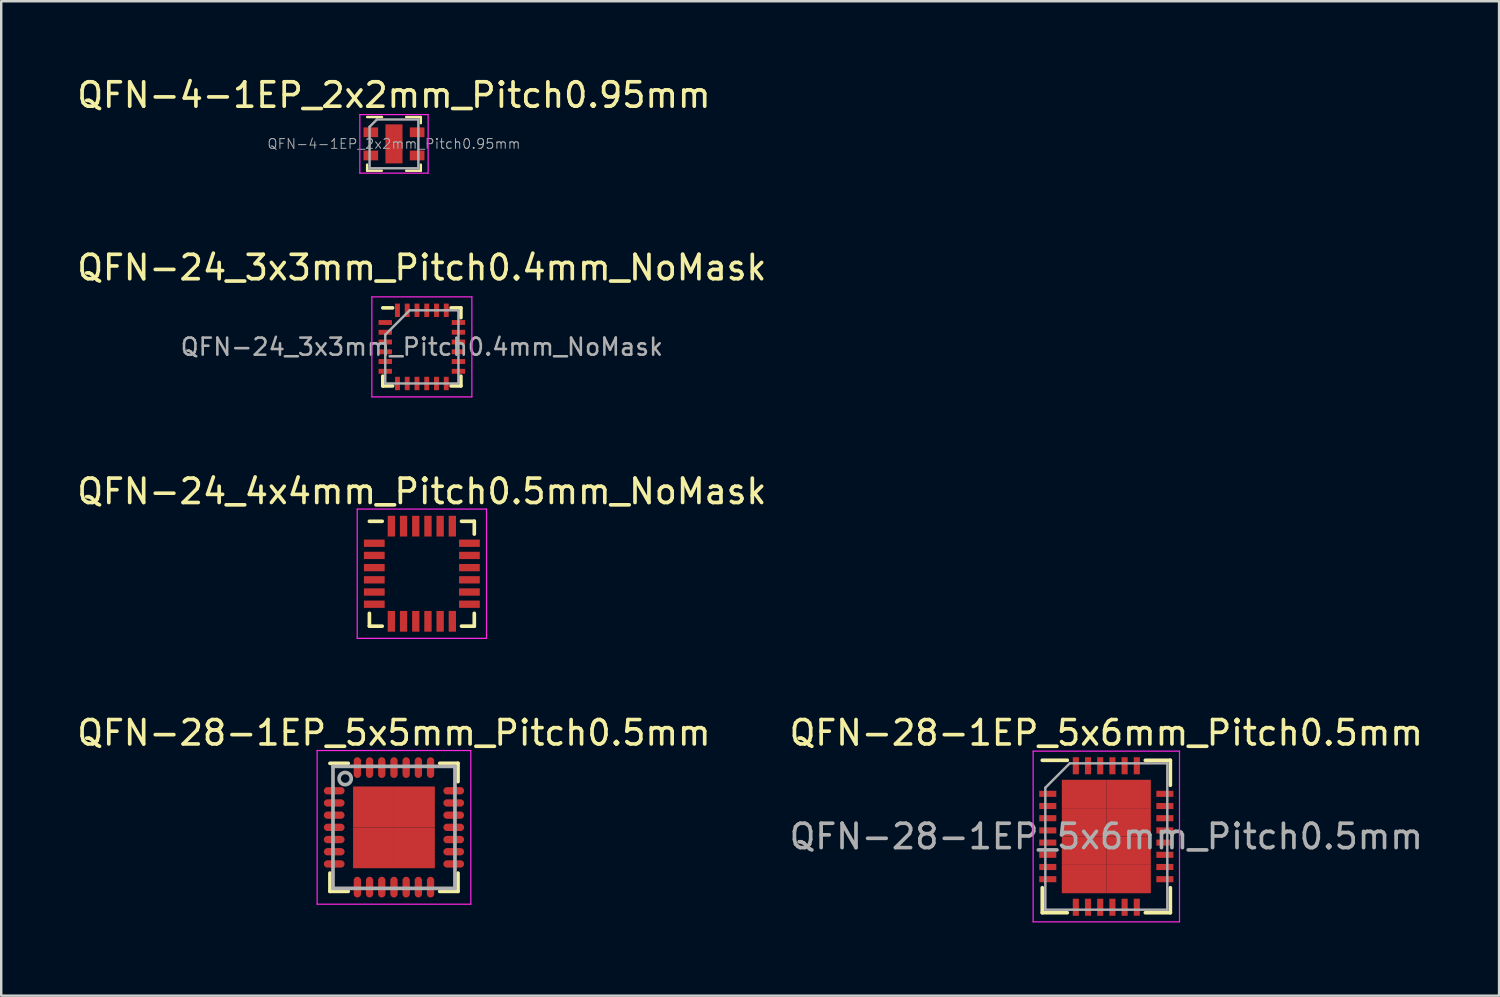
<source format=kicad_pcb>
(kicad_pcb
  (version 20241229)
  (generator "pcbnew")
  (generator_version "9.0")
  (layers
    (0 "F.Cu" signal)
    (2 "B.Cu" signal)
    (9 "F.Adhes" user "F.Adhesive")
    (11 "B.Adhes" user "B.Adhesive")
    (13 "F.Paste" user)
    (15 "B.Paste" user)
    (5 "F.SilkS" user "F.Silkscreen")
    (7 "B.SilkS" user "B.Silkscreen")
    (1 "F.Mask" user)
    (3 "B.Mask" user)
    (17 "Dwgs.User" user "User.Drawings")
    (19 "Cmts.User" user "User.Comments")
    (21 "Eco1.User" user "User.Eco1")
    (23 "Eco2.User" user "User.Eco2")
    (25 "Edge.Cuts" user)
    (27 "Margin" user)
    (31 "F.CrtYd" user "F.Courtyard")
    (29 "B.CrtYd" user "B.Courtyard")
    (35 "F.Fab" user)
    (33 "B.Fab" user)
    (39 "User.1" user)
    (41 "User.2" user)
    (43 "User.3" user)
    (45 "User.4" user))
  (footprint "QFN-24_3x3mm_Pitch0.4mm_NoMask"
    (layer "F.Cu")
    (at 14.244 11.171)
    (property "Reference" "QFN-24_3x3mm_Pitch0.4mm_NoMask" (at 0 -3.25 0) (layer "F.SilkS") (effects (font (size 1 1) (thickness 0.15))))
    (attr smd)
    (fp_line (start -1.6 -1.6) (end -1.2 -1.6) (stroke (width 0.15) (type solid)) (layer "F.SilkS"))
    (fp_line (start -1.6 1.6) (end -1.6 1.2) (stroke (width 0.15) (type solid)) (layer "F.SilkS"))
    (fp_line (start -1.6 1.6) (end -1.2 1.6) (stroke (width 0.15) (type solid)) (layer "F.SilkS"))
    (fp_line (start 1.6 -1.6) (end 1.2 -1.6) (stroke (width 0.15) (type solid)) (layer "F.SilkS"))
    (fp_line (start 1.6 -1.6) (end 1.6 -1.2) (stroke (width 0.15) (type solid)) (layer "F.SilkS"))
    (fp_line (start 1.6 1.6) (end 1.2 1.6) (stroke (width 0.15) (type solid)) (layer "F.SilkS"))
    (fp_line (start 1.6 1.6) (end 1.6 1.2) (stroke (width 0.15) (type solid)) (layer "F.SilkS"))
    (fp_line (start -2.05 -2.05) (end 2.05 -2.05) (stroke (width 0.05) (type solid)) (layer "F.CrtYd"))
    (fp_line (start -2.05 2.05) (end -2.05 -2.05) (stroke (width 0.05) (type solid)) (layer "F.CrtYd"))
    (fp_line (start 2.05 -2.05) (end 2.05 2.05) (stroke (width 0.05) (type solid)) (layer "F.CrtYd"))
    (fp_line (start 2.05 2.05) (end -2.05 2.05) (stroke (width 0.05) (type solid)) (layer "F.CrtYd"))
    (fp_line (start -1.5 -0.5) (end -0.5 -1.5) (stroke (width 0.1) (type solid)) (layer "F.Fab"))
    (fp_line (start -1.5 1.5) (end -1.5 -0.5) (stroke (width 0.1) (type solid)) (layer "F.Fab"))
    (fp_line (start -0.5 -1.5) (end 1.5 -1.5) (stroke (width 0.1) (type solid)) (layer "F.Fab"))
    (fp_line (start 1.5 -1.5) (end 1.5 1.5) (stroke (width 0.1) (type solid)) (layer "F.Fab"))
    (fp_line (start 1.5 1.5) (end -1.5 1.5) (stroke (width 0.1) (type solid)) (layer "F.Fab"))
    (fp_text user "${REFERENCE}" (at 0 0 0) (layer "F.Fab") (effects (font (size 0.7 0.7) (thickness 0.105))))
    (pad "" smd rect (at 0 0) (size 1.75 1.75) (layers "F.Mask"))
    (pad "1" smd rect (at -1.5 -1) (size 0.55 0.2) (layers "F.Cu" "F.Mask" "F.Paste"))
    (pad "2" smd rect (at -1.5 -0.6) (size 0.55 0.2) (layers "F.Cu" "F.Mask" "F.Paste"))
    (pad "3" smd rect (at -1.5 -0.2) (size 0.55 0.2) (layers "F.Cu" "F.Mask" "F.Paste"))
    (pad "4" smd rect (at -1.5 0.2) (size 0.55 0.2) (layers "F.Cu" "F.Mask" "F.Paste"))
    (pad "5" smd rect (at -1.5 0.6) (size 0.55 0.2) (layers "F.Cu" "F.Mask" "F.Paste"))
    (pad "6" smd rect (at -1.5 1) (size 0.55 0.2) (layers "F.Cu" "F.Mask" "F.Paste"))
    (pad "7" smd rect (at -1 1.5 90) (size 0.55 0.2) (layers "F.Cu" "F.Mask" "F.Paste"))
    (pad "8" smd rect (at -0.6 1.5 90) (size 0.55 0.2) (layers "F.Cu" "F.Mask" "F.Paste"))
    (pad "9" smd rect (at -0.2 1.5 90) (size 0.55 0.2) (layers "F.Cu" "F.Mask" "F.Paste"))
    (pad "10" smd rect (at 0.2 1.5 90) (size 0.55 0.2) (layers "F.Cu" "F.Mask" "F.Paste"))
    (pad "11" smd rect (at 0.6 1.5 90) (size 0.55 0.2) (layers "F.Cu" "F.Mask" "F.Paste"))
    (pad "12" smd rect (at 1 1.5 90) (size 0.55 0.2) (layers "F.Cu" "F.Mask" "F.Paste"))
    (pad "13" smd rect (at 1.5 1) (size 0.55 0.2) (layers "F.Cu" "F.Mask" "F.Paste"))
    (pad "14" smd rect (at 1.5 0.6) (size 0.55 0.2) (layers "F.Cu" "F.Mask" "F.Paste"))
    (pad "15" smd rect (at 1.5 0.2) (size 0.55 0.2) (layers "F.Cu" "F.Mask" "F.Paste"))
    (pad "16" smd rect (at 1.5 -0.2) (size 0.55 0.2) (layers "F.Cu" "F.Mask" "F.Paste"))
    (pad "17" smd rect (at 1.5 -0.6) (size 0.55 0.2) (layers "F.Cu" "F.Mask" "F.Paste"))
    (pad "18" smd rect (at 1.5 -1) (size 0.55 0.2) (layers "F.Cu" "F.Mask" "F.Paste"))
    (pad "19" smd rect (at 1 -1.5 90) (size 0.55 0.2) (layers "F.Cu" "F.Mask" "F.Paste"))
    (pad "20" smd rect (at 0.6 -1.5 90) (size 0.55 0.2) (layers "F.Cu" "F.Mask" "F.Paste"))
    (pad "21" smd rect (at 0.2 -1.5 90) (size 0.55 0.2) (layers "F.Cu" "F.Mask" "F.Paste"))
    (pad "22" smd rect (at -0.2 -1.5 90) (size 0.55 0.2) (layers "F.Cu" "F.Mask" "F.Paste"))
    (pad "23" smd rect (at -0.6 -1.5 90) (size 0.55 0.2) (layers "F.Cu" "F.Mask" "F.Paste"))
    (pad "24" smd rect (at -1 -1.5 90) (size 0.55 0.2) (layers "F.Cu" "F.Mask" "F.Paste")))
  (footprint "QFN-4-1EP_2x2mm_Pitch0.95mm"
    (layer "F.Cu")
    (at 13.101 2.848)
    (property "Reference" "QFN-4-1EP_2x2mm_Pitch0.95mm" (at 0 -2 0) (layer "F.SilkS") (effects (font (size 1 1) (thickness 0.15))))
    (attr smd)
    (fp_line (start -1.1 1.1) (end -1.1 0.85) (stroke (width 0.1) (type solid)) (layer "F.SilkS"))
    (fp_line (start -1.1 1.1) (end -0.5 1.1) (stroke (width 0.1) (type solid)) (layer "F.SilkS"))
    (fp_line (start -0.49 -1.1) (end -1.1 -1.1) (stroke (width 0.1) (type solid)) (layer "F.SilkS"))
    (fp_line (start 1.1 -1.1) (end 0.5 -1.1) (stroke (width 0.1) (type solid)) (layer "F.SilkS"))
    (fp_line (start 1.1 -1.1) (end 1.1 -0.85) (stroke (width 0.1) (type solid)) (layer "F.SilkS"))
    (fp_line (start 1.1 1.1) (end 0.5 1.1) (stroke (width 0.1) (type solid)) (layer "F.SilkS"))
    (fp_line (start 1.1 1.1) (end 1.1 0.85) (stroke (width 0.1) (type solid)) (layer "F.SilkS"))
    (fp_line (start -1.4 -1.2) (end 1.4 -1.2) (stroke (width 0.05) (type solid)) (layer "F.CrtYd"))
    (fp_line (start -1.4 1.2) (end -1.4 -1.2) (stroke (width 0.05) (type solid)) (layer "F.CrtYd"))
    (fp_line (start 1.4 -1.2) (end 1.4 1.2) (stroke (width 0.05) (type solid)) (layer "F.CrtYd"))
    (fp_line (start 1.4 1.2) (end -1.4 1.2) (stroke (width 0.05) (type solid)) (layer "F.CrtYd"))
    (fp_line (start -1 -0.7) (end -0.7 -1) (stroke (width 0.1) (type solid)) (layer "F.Fab"))
    (fp_line (start -1 1) (end -1 -0.7) (stroke (width 0.1) (type solid)) (layer "F.Fab"))
    (fp_line (start -0.7 -1) (end 1 -1) (stroke (width 0.1) (type solid)) (layer "F.Fab"))
    (fp_line (start 1 -1) (end 1 1) (stroke (width 0.1) (type solid)) (layer "F.Fab"))
    (fp_line (start 1 1) (end -1 1) (stroke (width 0.1) (type solid)) (layer "F.Fab"))
    (fp_text user "${REFERENCE}" (at 0 0 0) (layer "F.Fab") (effects (font (size 0.4 0.4) (thickness 0.04))))
    (pad "1" smd rect (at -0.95 -0.475) (size 0.6 0.4) (layers "F.Cu" "F.Mask" "F.Paste"))
    (pad "2" smd rect (at -0.95 0.475) (size 0.6 0.4) (layers "F.Cu" "F.Mask" "F.Paste"))
    (pad "3" smd rect (at 0.95 -0.475) (size 0.6 0.4) (layers "F.Cu" "F.Mask" "F.Paste"))
    (pad "4" smd rect (at 0.95 0.475) (size 0.6 0.4) (layers "F.Cu" "F.Mask" "F.Paste"))
    (pad "5" smd rect (at -0.175 -0.4) (size 0.35 0.8) (layers "F.Cu" "F.Mask" "F.Paste"))
    (pad "5" smd rect (at -0.175 0.4) (size 0.35 0.8) (layers "F.Cu" "F.Mask" "F.Paste"))
    (pad "5" smd rect (at 0.175 -0.4) (size 0.35 0.8) (layers "F.Cu" "F.Mask" "F.Paste"))
    (pad "5" smd rect (at 0.175 0.4) (size 0.35 0.8) (layers "F.Cu" "F.Mask" "F.Paste")))
  (footprint "QFN-24_4x4mm_Pitch0.5mm_NoMask"
    (layer "F.Cu")
    (at 14.244 20.47)
    (property "Reference" "QFN-24_4x4mm_Pitch0.5mm_NoMask" (at 0 -3.375 0) (layer "F.SilkS") (effects (font (size 1 1) (thickness 0.15))))
    (attr smd)
    (fp_line (start -2.15 -2.15) (end -1.625 -2.15) (stroke (width 0.15) (type solid)) (layer "F.SilkS"))
    (fp_line (start -2.15 2.15) (end -2.15 1.625) (stroke (width 0.15) (type solid)) (layer "F.SilkS"))
    (fp_line (start -2.15 2.15) (end -1.625 2.15) (stroke (width 0.15) (type solid)) (layer "F.SilkS"))
    (fp_line (start 2.15 -2.15) (end 1.625 -2.15) (stroke (width 0.15) (type solid)) (layer "F.SilkS"))
    (fp_line (start 2.15 -2.15) (end 2.15 -1.625) (stroke (width 0.15) (type solid)) (layer "F.SilkS"))
    (fp_line (start 2.15 2.15) (end 1.625 2.15) (stroke (width 0.15) (type solid)) (layer "F.SilkS"))
    (fp_line (start 2.15 2.15) (end 2.15 1.625) (stroke (width 0.15) (type solid)) (layer "F.SilkS"))
    (fp_line (start -2.65 -2.65) (end -2.65 2.65) (stroke (width 0.05) (type solid)) (layer "F.CrtYd"))
    (fp_line (start -2.65 -2.65) (end 2.65 -2.65) (stroke (width 0.05) (type solid)) (layer "F.CrtYd"))
    (fp_line (start -2.65 2.65) (end 2.65 2.65) (stroke (width 0.05) (type solid)) (layer "F.CrtYd"))
    (fp_line (start 2.65 -2.65) (end 2.65 2.65) (stroke (width 0.05) (type solid)) (layer "F.CrtYd"))
    (pad "" smd rect (at 0 0) (size 2.6 2.6) (layers "F.Mask"))
    (pad "1" smd rect (at -1.95 -1.25) (size 0.85 0.3) (layers "F.Cu" "F.Mask" "F.Paste"))
    (pad "2" smd rect (at -1.95 -0.75) (size 0.85 0.3) (layers "F.Cu" "F.Mask" "F.Paste"))
    (pad "3" smd rect (at -1.95 -0.25) (size 0.85 0.3) (layers "F.Cu" "F.Mask" "F.Paste"))
    (pad "4" smd rect (at -1.95 0.25) (size 0.85 0.3) (layers "F.Cu" "F.Mask" "F.Paste"))
    (pad "5" smd rect (at -1.95 0.75) (size 0.85 0.3) (layers "F.Cu" "F.Mask" "F.Paste"))
    (pad "6" smd rect (at -1.95 1.25) (size 0.85 0.3) (layers "F.Cu" "F.Mask" "F.Paste"))
    (pad "7" smd rect (at -1.25 1.95 90) (size 0.85 0.3) (layers "F.Cu" "F.Mask" "F.Paste"))
    (pad "8" smd rect (at -0.75 1.95 90) (size 0.85 0.3) (layers "F.Cu" "F.Mask" "F.Paste"))
    (pad "9" smd rect (at -0.25 1.95 90) (size 0.85 0.3) (layers "F.Cu" "F.Mask" "F.Paste"))
    (pad "10" smd rect (at 0.25 1.95 90) (size 0.85 0.3) (layers "F.Cu" "F.Mask" "F.Paste"))
    (pad "11" smd rect (at 0.75 1.95 90) (size 0.85 0.3) (layers "F.Cu" "F.Mask" "F.Paste"))
    (pad "12" smd rect (at 1.25 1.95 90) (size 0.85 0.3) (layers "F.Cu" "F.Mask" "F.Paste"))
    (pad "13" smd rect (at 1.95 1.25) (size 0.85 0.3) (layers "F.Cu" "F.Mask" "F.Paste"))
    (pad "14" smd rect (at 1.95 0.75) (size 0.85 0.3) (layers "F.Cu" "F.Mask" "F.Paste"))
    (pad "15" smd rect (at 1.95 0.25) (size 0.85 0.3) (layers "F.Cu" "F.Mask" "F.Paste"))
    (pad "16" smd rect (at 1.95 -0.25) (size 0.85 0.3) (layers "F.Cu" "F.Mask" "F.Paste"))
    (pad "17" smd rect (at 1.95 -0.75) (size 0.85 0.3) (layers "F.Cu" "F.Mask" "F.Paste"))
    (pad "18" smd rect (at 1.95 -1.25) (size 0.85 0.3) (layers "F.Cu" "F.Mask" "F.Paste"))
    (pad "19" smd rect (at 1.25 -1.95 90) (size 0.85 0.3) (layers "F.Cu" "F.Mask" "F.Paste"))
    (pad "20" smd rect (at 0.75 -1.95 90) (size 0.85 0.3) (layers "F.Cu" "F.Mask" "F.Paste"))
    (pad "21" smd rect (at 0.25 -1.95 90) (size 0.85 0.3) (layers "F.Cu" "F.Mask" "F.Paste"))
    (pad "22" smd rect (at -0.25 -1.95 90) (size 0.85 0.3) (layers "F.Cu" "F.Mask" "F.Paste"))
    (pad "23" smd rect (at -0.75 -1.95 90) (size 0.85 0.3) (layers "F.Cu" "F.Mask" "F.Paste"))
    (pad "24" smd rect (at -1.25 -1.95 90) (size 0.85 0.3) (layers "F.Cu" "F.Mask" "F.Paste")))
  (footprint "QFN-28-1EP_5x6mm_Pitch0.5mm"
    (layer "F.Cu")
    (at 42.304 31.243)
    (property "Reference" "QFN-28-1EP_5x6mm_Pitch0.5mm" (at 0 -4.25 0) (layer "F.SilkS") (effects (font (size 1 1) (thickness 0.15))))
    (attr smd)
    (fp_line (start -2.625 -3.125) (end -1.6 -3.125) (stroke (width 0.15) (type solid)) (layer "F.SilkS"))
    (fp_line (start -2.625 3.125) (end -2.625 2.1) (stroke (width 0.15) (type solid)) (layer "F.SilkS"))
    (fp_line (start -2.625 3.125) (end -1.6 3.125) (stroke (width 0.15) (type solid)) (layer "F.SilkS"))
    (fp_line (start 2.625 -3.125) (end 1.6 -3.125) (stroke (width 0.15) (type solid)) (layer "F.SilkS"))
    (fp_line (start 2.625 -3.125) (end 2.625 -2.1) (stroke (width 0.15) (type solid)) (layer "F.SilkS"))
    (fp_line (start 2.625 3.125) (end 1.6 3.125) (stroke (width 0.15) (type solid)) (layer "F.SilkS"))
    (fp_line (start 2.625 3.125) (end 2.625 2.1) (stroke (width 0.15) (type solid)) (layer "F.SilkS"))
    (fp_line (start -3 -3.5) (end -3 3.5) (stroke (width 0.05) (type solid)) (layer "F.CrtYd"))
    (fp_line (start -3 -3.5) (end 3 -3.5) (stroke (width 0.05) (type solid)) (layer "F.CrtYd"))
    (fp_line (start -3 3.5) (end 3 3.5) (stroke (width 0.05) (type solid)) (layer "F.CrtYd"))
    (fp_line (start 3 -3.5) (end 3 3.5) (stroke (width 0.05) (type solid)) (layer "F.CrtYd"))
    (fp_line (start -2.5 -2) (end -1.5 -3) (stroke (width 0.1) (type solid)) (layer "F.Fab"))
    (fp_line (start -2.5 3) (end -2.5 -2) (stroke (width 0.1) (type solid)) (layer "F.Fab"))
    (fp_line (start -1.5 -3) (end 2.5 -3) (stroke (width 0.1) (type solid)) (layer "F.Fab"))
    (fp_line (start 2.5 -3) (end 2.5 3) (stroke (width 0.1) (type solid)) (layer "F.Fab"))
    (fp_line (start 2.5 3) (end -2.5 3) (stroke (width 0.1) (type solid)) (layer "F.Fab"))
    (fp_text user "${REFERENCE}" (at 0 0 0) (layer "F.Fab") (effects (font (size 1 1) (thickness 0.15))))
    (pad "1" smd rect (at -2.4 -1.75) (size 0.7 0.25) (layers "F.Cu" "F.Mask" "F.Paste"))
    (pad "2" smd rect (at -2.4 -1.25) (size 0.7 0.25) (layers "F.Cu" "F.Mask" "F.Paste"))
    (pad "3" smd rect (at -2.4 -0.75) (size 0.7 0.25) (layers "F.Cu" "F.Mask" "F.Paste"))
    (pad "4" smd rect (at -2.4 -0.25) (size 0.7 0.25) (layers "F.Cu" "F.Mask" "F.Paste"))
    (pad "5" smd rect (at -2.4 0.25) (size 0.7 0.25) (layers "F.Cu" "F.Mask" "F.Paste"))
    (pad "6" smd rect (at -2.4 0.75) (size 0.7 0.25) (layers "F.Cu" "F.Mask" "F.Paste"))
    (pad "7" smd rect (at -2.4 1.25) (size 0.7 0.25) (layers "F.Cu" "F.Mask" "F.Paste"))
    (pad "8" smd rect (at -2.4 1.75) (size 0.7 0.25) (layers "F.Cu" "F.Mask" "F.Paste"))
    (pad "9" smd rect (at -1.25 2.9 90) (size 0.7 0.25) (layers "F.Cu" "F.Mask" "F.Paste"))
    (pad "10" smd rect (at -0.75 2.9 90) (size 0.7 0.25) (layers "F.Cu" "F.Mask" "F.Paste"))
    (pad "11" smd rect (at -0.25 2.9 90) (size 0.7 0.25) (layers "F.Cu" "F.Mask" "F.Paste"))
    (pad "12" smd rect (at 0.25 2.9 90) (size 0.7 0.25) (layers "F.Cu" "F.Mask" "F.Paste"))
    (pad "13" smd rect (at 0.75 2.9 90) (size 0.7 0.25) (layers "F.Cu" "F.Mask" "F.Paste"))
    (pad "14" smd rect (at 1.25 2.9 90) (size 0.7 0.25) (layers "F.Cu" "F.Mask" "F.Paste"))
    (pad "15" smd rect (at 2.4 1.75) (size 0.7 0.25) (layers "F.Cu" "F.Mask" "F.Paste"))
    (pad "16" smd rect (at 2.4 1.25) (size 0.7 0.25) (layers "F.Cu" "F.Mask" "F.Paste"))
    (pad "17" smd rect (at 2.4 0.75) (size 0.7 0.25) (layers "F.Cu" "F.Mask" "F.Paste"))
    (pad "18" smd rect (at 2.4 0.25) (size 0.7 0.25) (layers "F.Cu" "F.Mask" "F.Paste"))
    (pad "19" smd rect (at 2.4 -0.25) (size 0.7 0.25) (layers "F.Cu" "F.Mask" "F.Paste"))
    (pad "20" smd rect (at 2.4 -0.75) (size 0.7 0.25) (layers "F.Cu" "F.Mask" "F.Paste"))
    (pad "21" smd rect (at 2.4 -1.25) (size 0.7 0.25) (layers "F.Cu" "F.Mask" "F.Paste"))
    (pad "22" smd rect (at 2.4 -1.75) (size 0.7 0.25) (layers "F.Cu" "F.Mask" "F.Paste"))
    (pad "23" smd rect (at 1.25 -2.9 90) (size 0.7 0.25) (layers "F.Cu" "F.Mask" "F.Paste"))
    (pad "24" smd rect (at 0.75 -2.9 90) (size 0.7 0.25) (layers "F.Cu" "F.Mask" "F.Paste"))
    (pad "25" smd rect (at 0.25 -2.9 90) (size 0.7 0.25) (layers "F.Cu" "F.Mask" "F.Paste"))
    (pad "26" smd rect (at -0.25 -2.9 90) (size 0.7 0.25) (layers "F.Cu" "F.Mask" "F.Paste"))
    (pad "27" smd rect (at -0.75 -2.9 90) (size 0.7 0.25) (layers "F.Cu" "F.Mask" "F.Paste"))
    (pad "28" smd rect (at -1.25 -2.9 90) (size 0.7 0.25) (layers "F.Cu" "F.Mask" "F.Paste"))
    (pad "29" smd rect (at -0.912 -1.744) (size 1.825 1.163) (layers "F.Cu" "F.Mask" "F.Paste"))
    (pad "29" smd rect (at -0.912 -0.581) (size 1.825 1.163) (layers "F.Cu" "F.Mask" "F.Paste"))
    (pad "29" smd rect (at -0.912 0.581) (size 1.825 1.163) (layers "F.Cu" "F.Mask" "F.Paste"))
    (pad "29" smd rect (at -0.912 1.744) (size 1.825 1.163) (layers "F.Cu" "F.Mask" "F.Paste"))
    (pad "29" smd rect (at 0.912 -1.744) (size 1.825 1.163) (layers "F.Cu" "F.Mask" "F.Paste"))
    (pad "29" smd rect (at 0.912 -0.581) (size 1.825 1.163) (layers "F.Cu" "F.Mask" "F.Paste"))
    (pad "29" smd rect (at 0.912 0.581) (size 1.825 1.163) (layers "F.Cu" "F.Mask" "F.Paste"))
    (pad "29" smd rect (at 0.912 1.744) (size 1.825 1.163) (layers "F.Cu" "F.Mask" "F.Paste")))
  (footprint "QFN-28-1EP_5x5mm_Pitch0.5mm"
    (layer "F.Cu")
    (at 13.101 30.868)
    (property "Reference" "QFN-28-1EP_5x5mm_Pitch0.5mm" (at 0 -3.875 0) (layer "F.SilkS") (effects (font (size 1 1) (thickness 0.15))))
    (attr smd)
    (fp_line (start -2.625 -2.625) (end -1.875 -2.625) (stroke (width 0.15) (type solid)) (layer "F.SilkS"))
    (fp_line (start -2.625 2.625) (end -2.625 1.875) (stroke (width 0.15) (type solid)) (layer "F.SilkS"))
    (fp_line (start -2.625 2.625) (end -1.875 2.625) (stroke (width 0.15) (type solid)) (layer "F.SilkS"))
    (fp_line (start 2.625 -2.625) (end 1.875 -2.625) (stroke (width 0.15) (type solid)) (layer "F.SilkS"))
    (fp_line (start 2.625 -2.625) (end 2.625 -1.875) (stroke (width 0.15) (type solid)) (layer "F.SilkS"))
    (fp_line (start 2.625 2.625) (end 1.875 2.625) (stroke (width 0.15) (type solid)) (layer "F.SilkS"))
    (fp_line (start 2.625 2.625) (end 2.625 1.875) (stroke (width 0.15) (type solid)) (layer "F.SilkS"))
    (fp_line (start -3.15 -3.15) (end -3.15 3.15) (stroke (width 0.05) (type solid)) (layer "F.CrtYd"))
    (fp_line (start -3.15 -3.15) (end 3.15 -3.15) (stroke (width 0.05) (type solid)) (layer "F.CrtYd"))
    (fp_line (start -3.15 3.15) (end 3.15 3.15) (stroke (width 0.05) (type solid)) (layer "F.CrtYd"))
    (fp_line (start 3.15 -3.15) (end 3.15 3.15) (stroke (width 0.05) (type solid)) (layer "F.CrtYd"))
    (fp_line (start -2.5 -2.5) (end 2.5 -2.5) (stroke (width 0.15) (type solid)) (layer "F.Fab"))
    (fp_line (start -2.5 2.5) (end -2.5 -2.5) (stroke (width 0.15) (type solid)) (layer "F.Fab"))
    (fp_line (start 2.5 -2.5) (end 2.5 2.5) (stroke (width 0.15) (type solid)) (layer "F.Fab"))
    (fp_line (start 2.5 2.5) (end -2.5 2.5) (stroke (width 0.15) (type solid)) (layer "F.Fab"))
    (fp_circle (center -2 -2) (end -2.25 -2) (stroke (width 0.15) (type solid)) (fill no) (layer "F.Fab"))
    (pad "1" smd oval (at -2.45 -1.5) (size 0.85 0.3) (layers "F.Cu" "F.Mask" "F.Paste"))
    (pad "2" smd oval (at -2.45 -1) (size 0.85 0.3) (layers "F.Cu" "F.Mask" "F.Paste"))
    (pad "3" smd oval (at -2.45 -0.5) (size 0.85 0.3) (layers "F.Cu" "F.Mask" "F.Paste"))
    (pad "4" smd oval (at -2.45 0) (size 0.85 0.3) (layers "F.Cu" "F.Mask" "F.Paste"))
    (pad "5" smd oval (at -2.45 0.5) (size 0.85 0.3) (layers "F.Cu" "F.Mask" "F.Paste"))
    (pad "6" smd oval (at -2.45 1) (size 0.85 0.3) (layers "F.Cu" "F.Mask" "F.Paste"))
    (pad "7" smd oval (at -2.45 1.5) (size 0.85 0.3) (layers "F.Cu" "F.Mask" "F.Paste"))
    (pad "8" smd oval (at -1.5 2.45 90) (size 0.85 0.3) (layers "F.Cu" "F.Mask" "F.Paste"))
    (pad "9" smd oval (at -1 2.45 90) (size 0.85 0.3) (layers "F.Cu" "F.Mask" "F.Paste"))
    (pad "10" smd oval (at -0.5 2.45 90) (size 0.85 0.3) (layers "F.Cu" "F.Mask" "F.Paste"))
    (pad "11" smd oval (at 0 2.45 90) (size 0.85 0.3) (layers "F.Cu" "F.Mask" "F.Paste"))
    (pad "12" smd oval (at 0.5 2.45 90) (size 0.85 0.3) (layers "F.Cu" "F.Mask" "F.Paste"))
    (pad "13" smd oval (at 1 2.45 90) (size 0.85 0.3) (layers "F.Cu" "F.Mask" "F.Paste"))
    (pad "14" smd oval (at 1.5 2.45 90) (size 0.85 0.3) (layers "F.Cu" "F.Mask" "F.Paste"))
    (pad "15" smd oval (at 2.45 1.5) (size 0.85 0.3) (layers "F.Cu" "F.Mask" "F.Paste"))
    (pad "16" smd oval (at 2.45 1) (size 0.85 0.3) (layers "F.Cu" "F.Mask" "F.Paste"))
    (pad "17" smd oval (at 2.45 0.5) (size 0.85 0.3) (layers "F.Cu" "F.Mask" "F.Paste"))
    (pad "18" smd oval (at 2.45 0) (size 0.85 0.3) (layers "F.Cu" "F.Mask" "F.Paste"))
    (pad "19" smd oval (at 2.45 -0.5) (size 0.85 0.3) (layers "F.Cu" "F.Mask" "F.Paste"))
    (pad "20" smd oval (at 2.45 -1) (size 0.85 0.3) (layers "F.Cu" "F.Mask" "F.Paste"))
    (pad "21" smd oval (at 2.45 -1.5) (size 0.85 0.3) (layers "F.Cu" "F.Mask" "F.Paste"))
    (pad "22" smd oval (at 1.5 -2.45 90) (size 0.85 0.3) (layers "F.Cu" "F.Mask" "F.Paste"))
    (pad "23" smd oval (at 1 -2.45 90) (size 0.85 0.3) (layers "F.Cu" "F.Mask" "F.Paste"))
    (pad "24" smd oval (at 0.5 -2.45 90) (size 0.85 0.3) (layers "F.Cu" "F.Mask" "F.Paste"))
    (pad "25" smd oval (at 0 -2.45 90) (size 0.85 0.3) (layers "F.Cu" "F.Mask" "F.Paste"))
    (pad "26" smd oval (at -0.5 -2.45 90) (size 0.85 0.3) (layers "F.Cu" "F.Mask" "F.Paste"))
    (pad "27" smd oval (at -1 -2.45 90) (size 0.85 0.3) (layers "F.Cu" "F.Mask" "F.Paste"))
    (pad "28" smd oval (at -1.5 -2.45 90) (size 0.85 0.3) (layers "F.Cu" "F.Mask" "F.Paste"))
    (pad "29" smd rect (at -0.838 -0.838) (size 1.675 1.675) (layers "F.Cu" "F.Mask" "F.Paste"))
    (pad "29" smd rect (at -0.838 0.838) (size 1.675 1.675) (layers "F.Cu" "F.Mask" "F.Paste"))
    (pad "29" smd rect (at 0.838 -0.838) (size 1.675 1.675) (layers "F.Cu" "F.Mask" "F.Paste"))
    (pad "29" smd rect (at 0.838 0.838) (size 1.675 1.675) (layers "F.Cu" "F.Mask" "F.Paste")))
  (gr_rect
    (start -3 -3)
    (end 58.405 37.768)
    (stroke (width 0.1) (type default))
    (fill no)
    (layer "Edge.Cuts")))
</source>
